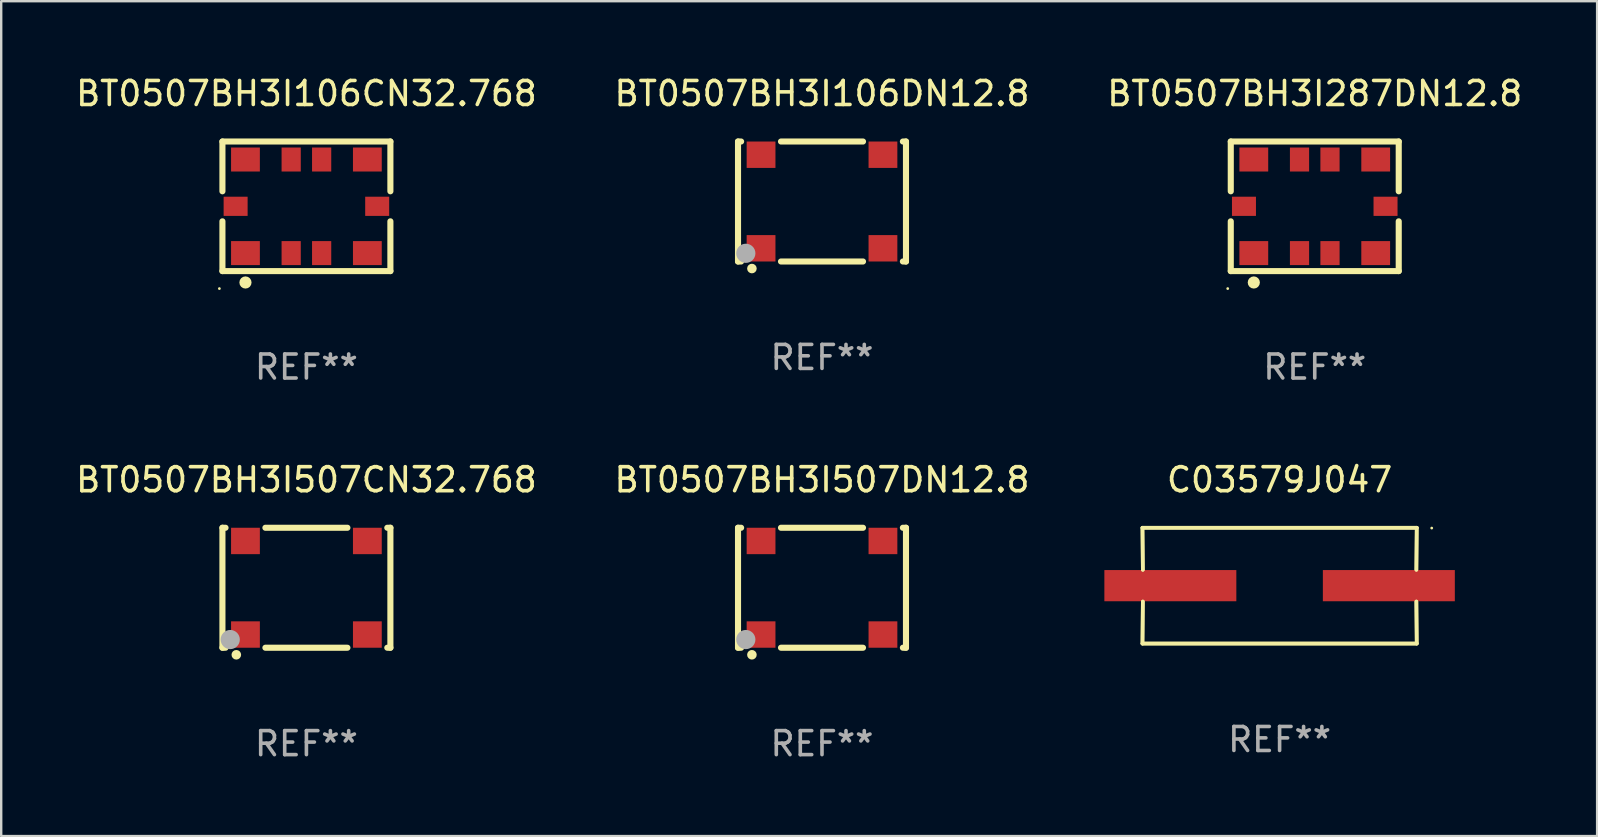
<source format=kicad_pcb>
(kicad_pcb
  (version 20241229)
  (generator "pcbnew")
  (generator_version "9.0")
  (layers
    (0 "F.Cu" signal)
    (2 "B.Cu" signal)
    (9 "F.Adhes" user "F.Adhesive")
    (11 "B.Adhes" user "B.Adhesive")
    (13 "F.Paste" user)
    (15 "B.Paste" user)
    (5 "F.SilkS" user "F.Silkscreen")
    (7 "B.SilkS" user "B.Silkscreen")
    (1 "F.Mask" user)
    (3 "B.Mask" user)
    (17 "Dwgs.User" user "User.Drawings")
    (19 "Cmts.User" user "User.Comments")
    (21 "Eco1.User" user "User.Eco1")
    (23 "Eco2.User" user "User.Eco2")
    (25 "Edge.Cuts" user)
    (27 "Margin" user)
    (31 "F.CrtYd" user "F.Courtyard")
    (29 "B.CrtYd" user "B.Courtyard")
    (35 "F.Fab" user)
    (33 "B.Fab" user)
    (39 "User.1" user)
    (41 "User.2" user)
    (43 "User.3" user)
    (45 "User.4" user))
  (footprint "BT0507BH3I287DN12.8"
    (layer "F.Cu")
    (at 51.744 5.548)
    (property "Reference" "BT0507BH3I287DN12.8" (at 0 -4.7 0) (layer "F.SilkS") (effects (font (size 1 1) (thickness 0.15))))
    (attr through_hole)
    (fp_line (start -3.5 -2.7) (end -3.5 -0.626) (stroke (width 0.254) (type solid)) (layer "F.SilkS"))
    (fp_line (start -3.5 -2.7) (end 3.5 -2.7) (stroke (width 0.254) (type solid)) (layer "F.SilkS"))
    (fp_line (start -3.5 0.626) (end -3.5 2.7) (stroke (width 0.254) (type solid)) (layer "F.SilkS"))
    (fp_line (start -3.5 2.7) (end 3.5 2.7) (stroke (width 0.254) (type solid)) (layer "F.SilkS"))
    (fp_line (start 3.5 -2.7) (end 3.5 -0.626) (stroke (width 0.254) (type solid)) (layer "F.SilkS"))
    (fp_line (start 3.5 0.626) (end 3.5 2.7) (stroke (width 0.254) (type solid)) (layer "F.SilkS"))
    (fp_circle (center -3.627 3.429) (end -3.597 3.429) (stroke (width 0.06) (type solid)) (fill no) (layer "F.SilkS"))
    (fp_circle (center -2.54 3.175) (end -2.413 3.175) (stroke (width 0.254) (type solid)) (fill no) (layer "F.SilkS"))
    (fp_text user "REF**" (at 0 6.7 0) (layer "F.Fab") (effects (font (size 1 1) (thickness 0.15))))
    (pad "1" smd rect (at -2.54 1.95 90) (size 1 1.2) (layers "F.Cu" "F.Mask" "F.Paste"))
    (pad "2" smd rect (at 2.54 1.95 90) (size 1 1.2) (layers "F.Cu" "F.Mask" "F.Paste"))
    (pad "3" smd rect (at 2.54 -1.95 270) (size 1 1.2) (layers "F.Cu" "F.Mask" "F.Paste"))
    (pad "4" smd rect (at -2.54 -1.95 90) (size 1 1.2) (layers "F.Cu" "F.Mask" "F.Paste"))
    (pad "5" smd rect (at -0.635 1.95 270) (size 1 0.8) (layers "F.Cu" "F.Mask" "F.Paste"))
    (pad "6" smd rect (at 0.635 1.95 270) (size 1 0.8) (layers "F.Cu" "F.Mask" "F.Paste"))
    (pad "7" smd rect (at 0.635 -1.95 270) (size 1 0.8) (layers "F.Cu" "F.Mask" "F.Paste"))
    (pad "8" smd rect (at -0.635 -1.95 270) (size 1 0.8) (layers "F.Cu" "F.Mask" "F.Paste"))
    (pad "9" smd rect (at -2.95 0) (size 1 0.8) (layers "F.Cu" "F.Mask" "F.Paste"))
    (pad "10" smd rect (at 2.95 0) (size 1 0.8) (layers "F.Cu" "F.Mask" "F.Paste")))
  (footprint "C03579J047"
    (layer "F.Cu")
    (at 50.279 21.358)
    (property "Reference" "C03579J047" (at 0 -4.413 0) (layer "F.SilkS") (effects (font (size 1 1) (thickness 0.15))))
    (attr through_hole)
    (fp_line (start -5.715 -2.413) (end -5.7 -0.662) (stroke (width 0.152) (type solid)) (layer "F.SilkS"))
    (fp_line (start -5.715 -2.413) (end -5.7 -0.662) (stroke (width 0.152) (type solid)) (layer "F.SilkS"))
    (fp_line (start -5.715 2.413) (end 5.715 2.413) (stroke (width 0.152) (type solid)) (layer "F.SilkS"))
    (fp_line (start -5.715 2.413) (end 5.715 2.413) (stroke (width 0.152) (type solid)) (layer "F.SilkS"))
    (fp_line (start -5.7 0.662) (end -5.715 2.413) (stroke (width 0.152) (type solid)) (layer "F.SilkS"))
    (fp_line (start -5.7 0.662) (end -5.715 2.413) (stroke (width 0.152) (type solid)) (layer "F.SilkS"))
    (fp_line (start 5.7 -0.662) (end 5.715 -2.413) (stroke (width 0.152) (type solid)) (layer "F.SilkS"))
    (fp_line (start 5.7 -0.662) (end 5.715 -2.413) (stroke (width 0.152) (type solid)) (layer "F.SilkS"))
    (fp_line (start 5.715 -2.413) (end -5.715 -2.413) (stroke (width 0.152) (type solid)) (layer "F.SilkS"))
    (fp_line (start 5.715 -2.413) (end -5.715 -2.413) (stroke (width 0.152) (type solid)) (layer "F.SilkS"))
    (fp_line (start 5.715 2.413) (end 5.7 0.662) (stroke (width 0.152) (type solid)) (layer "F.SilkS"))
    (fp_line (start 5.715 2.413) (end 5.7 0.662) (stroke (width 0.152) (type solid)) (layer "F.SilkS"))
    (fp_circle (center 6.34 -2.4) (end 6.37 -2.4) (stroke (width 0.06) (type solid)) (fill no) (layer "F.SilkS"))
    (fp_text user "REF**" (at 0 6.413 0) (layer "F.Fab") (effects (font (size 1 1) (thickness 0.15))))
    (pad "1" smd rect (at 4.553 0) (size 5.5 1.3) (layers "F.Cu" "F.Mask" "F.Paste"))
    (pad "2" smd rect (at -4.553 0) (size 5.5 1.3) (layers "F.Cu" "F.Mask" "F.Paste")))
  (footprint "BT0507BH3I106DN12.8"
    (layer "F.Cu")
    (at 31.208 5.348)
    (property "Reference" "BT0507BH3I106DN12.8" (at 0 -4.5 0) (layer "F.SilkS") (effects (font (size 1 1) (thickness 0.15))))
    (attr through_hole)
    (fp_line (start -3.5 -2.5) (end -3.5 2.5) (stroke (width 0.254) (type solid)) (layer "F.SilkS"))
    (fp_line (start -3.5 -2.5) (end -3.371 -2.5) (stroke (width 0.254) (type solid)) (layer "F.SilkS"))
    (fp_line (start -3.5 2.5) (end -3.371 2.5) (stroke (width 0.254) (type solid)) (layer "F.SilkS"))
    (fp_line (start -1.709 -2.5) (end 1.709 -2.5) (stroke (width 0.254) (type solid)) (layer "F.SilkS"))
    (fp_line (start -1.709 2.5) (end 1.709 2.5) (stroke (width 0.254) (type solid)) (layer "F.SilkS"))
    (fp_line (start 3.371 -2.5) (end 3.5 -2.5) (stroke (width 0.254) (type solid)) (layer "F.SilkS"))
    (fp_line (start 3.371 2.5) (end 3.5 2.5) (stroke (width 0.254) (type solid)) (layer "F.SilkS"))
    (fp_line (start 3.5 -2.5) (end 3.5 2.5) (stroke (width 0.254) (type solid)) (layer "F.SilkS"))
    (fp_circle (center -3.5 2.5) (end -3.47 2.5) (stroke (width 0.06) (type solid)) (fill no) (layer "F.SilkS"))
    (fp_circle (center -2.921 2.794) (end -2.821 2.794) (stroke (width 0.2) (type solid)) (fill no) (layer "F.SilkS"))
    (fp_circle (center -3.175 2.159) (end -2.975 2.159) (stroke (width 0.4) (type solid)) (fill no) (layer "F.Fab"))
    (fp_text user "REF**" (at 0 6.5 0) (layer "F.Fab") (effects (font (size 1 1) (thickness 0.15))))
    (pad "1" smd rect (at -2.54 1.95) (size 1.2 1.1) (layers "F.Cu" "F.Mask" "F.Paste"))
    (pad "2" smd rect (at 2.54 1.95) (size 1.2 1.1) (layers "F.Cu" "F.Mask" "F.Paste"))
    (pad "3" smd rect (at 2.54 -1.95) (size 1.2 1.1) (layers "F.Cu" "F.Mask" "F.Paste"))
    (pad "4" smd rect (at -2.54 -1.95) (size 1.2 1.1) (layers "F.Cu" "F.Mask" "F.Paste")))
  (footprint "BT0507BH3I106CN32.768"
    (layer "F.Cu")
    (at 9.72 5.548)
    (property "Reference" "BT0507BH3I106CN32.768" (at 0 -4.7 0) (layer "F.SilkS") (effects (font (size 1 1) (thickness 0.15))))
    (attr through_hole)
    (fp_line (start -3.5 -2.7) (end -3.5 -0.626) (stroke (width 0.254) (type solid)) (layer "F.SilkS"))
    (fp_line (start -3.5 -2.7) (end 3.5 -2.7) (stroke (width 0.254) (type solid)) (layer "F.SilkS"))
    (fp_line (start -3.5 0.626) (end -3.5 2.7) (stroke (width 0.254) (type solid)) (layer "F.SilkS"))
    (fp_line (start -3.5 2.7) (end 3.5 2.7) (stroke (width 0.254) (type solid)) (layer "F.SilkS"))
    (fp_line (start 3.5 -2.7) (end 3.5 -0.626) (stroke (width 0.254) (type solid)) (layer "F.SilkS"))
    (fp_line (start 3.5 0.626) (end 3.5 2.7) (stroke (width 0.254) (type solid)) (layer "F.SilkS"))
    (fp_circle (center -3.627 3.429) (end -3.597 3.429) (stroke (width 0.06) (type solid)) (fill no) (layer "F.SilkS"))
    (fp_circle (center -2.54 3.175) (end -2.413 3.175) (stroke (width 0.254) (type solid)) (fill no) (layer "F.SilkS"))
    (fp_text user "REF**" (at 0 6.7 0) (layer "F.Fab") (effects (font (size 1 1) (thickness 0.15))))
    (pad "1" smd rect (at -2.54 1.95 90) (size 1 1.2) (layers "F.Cu" "F.Mask" "F.Paste"))
    (pad "2" smd rect (at 2.54 1.95 90) (size 1 1.2) (layers "F.Cu" "F.Mask" "F.Paste"))
    (pad "3" smd rect (at 2.54 -1.95 270) (size 1 1.2) (layers "F.Cu" "F.Mask" "F.Paste"))
    (pad "4" smd rect (at -2.54 -1.95 90) (size 1 1.2) (layers "F.Cu" "F.Mask" "F.Paste"))
    (pad "5" smd rect (at -0.635 1.95 270) (size 1 0.8) (layers "F.Cu" "F.Mask" "F.Paste"))
    (pad "6" smd rect (at 0.635 1.95 270) (size 1 0.8) (layers "F.Cu" "F.Mask" "F.Paste"))
    (pad "7" smd rect (at 0.635 -1.95 270) (size 1 0.8) (layers "F.Cu" "F.Mask" "F.Paste"))
    (pad "8" smd rect (at -0.635 -1.95 270) (size 1 0.8) (layers "F.Cu" "F.Mask" "F.Paste"))
    (pad "9" smd rect (at -2.95 0) (size 1 0.8) (layers "F.Cu" "F.Mask" "F.Paste"))
    (pad "10" smd rect (at 2.95 0) (size 1 0.8) (layers "F.Cu" "F.Mask" "F.Paste")))
  (footprint "BT0507BH3I507CN32.768"
    (layer "F.Cu")
    (at 9.72 21.445)
    (property "Reference" "BT0507BH3I507CN32.768" (at 0 -4.5 0) (layer "F.SilkS") (effects (font (size 1 1) (thickness 0.15))))
    (attr through_hole)
    (fp_line (start -3.5 -2.5) (end -3.5 2.5) (stroke (width 0.254) (type solid)) (layer "F.SilkS"))
    (fp_line (start -3.5 -2.5) (end -3.371 -2.5) (stroke (width 0.254) (type solid)) (layer "F.SilkS"))
    (fp_line (start -3.5 2.5) (end -3.371 2.5) (stroke (width 0.254) (type solid)) (layer "F.SilkS"))
    (fp_line (start -1.709 -2.5) (end 1.709 -2.5) (stroke (width 0.254) (type solid)) (layer "F.SilkS"))
    (fp_line (start -1.709 2.5) (end 1.709 2.5) (stroke (width 0.254) (type solid)) (layer "F.SilkS"))
    (fp_line (start 3.371 -2.5) (end 3.5 -2.5) (stroke (width 0.254) (type solid)) (layer "F.SilkS"))
    (fp_line (start 3.371 2.5) (end 3.5 2.5) (stroke (width 0.254) (type solid)) (layer "F.SilkS"))
    (fp_line (start 3.5 -2.5) (end 3.5 2.5) (stroke (width 0.254) (type solid)) (layer "F.SilkS"))
    (fp_circle (center -3.5 2.5) (end -3.47 2.5) (stroke (width 0.06) (type solid)) (fill no) (layer "F.SilkS"))
    (fp_circle (center -2.921 2.794) (end -2.821 2.794) (stroke (width 0.2) (type solid)) (fill no) (layer "F.SilkS"))
    (fp_circle (center -3.175 2.159) (end -2.975 2.159) (stroke (width 0.4) (type solid)) (fill no) (layer "F.Fab"))
    (fp_text user "REF**" (at 0 6.5 0) (layer "F.Fab") (effects (font (size 1 1) (thickness 0.15))))
    (pad "1" smd rect (at -2.54 1.95) (size 1.2 1.1) (layers "F.Cu" "F.Mask" "F.Paste"))
    (pad "2" smd rect (at 2.54 1.95) (size 1.2 1.1) (layers "F.Cu" "F.Mask" "F.Paste"))
    (pad "3" smd rect (at 2.54 -1.95) (size 1.2 1.1) (layers "F.Cu" "F.Mask" "F.Paste"))
    (pad "4" smd rect (at -2.54 -1.95) (size 1.2 1.1) (layers "F.Cu" "F.Mask" "F.Paste")))
  (footprint "BT0507BH3I507DN12.8"
    (layer "F.Cu")
    (at 31.208 21.445)
    (property "Reference" "BT0507BH3I507DN12.8" (at 0 -4.5 0) (layer "F.SilkS") (effects (font (size 1 1) (thickness 0.15))))
    (attr through_hole)
    (fp_line (start -3.5 -2.5) (end -3.5 2.5) (stroke (width 0.254) (type solid)) (layer "F.SilkS"))
    (fp_line (start -3.5 -2.5) (end -3.371 -2.5) (stroke (width 0.254) (type solid)) (layer "F.SilkS"))
    (fp_line (start -3.5 2.5) (end -3.371 2.5) (stroke (width 0.254) (type solid)) (layer "F.SilkS"))
    (fp_line (start -1.709 -2.5) (end 1.709 -2.5) (stroke (width 0.254) (type solid)) (layer "F.SilkS"))
    (fp_line (start -1.709 2.5) (end 1.709 2.5) (stroke (width 0.254) (type solid)) (layer "F.SilkS"))
    (fp_line (start 3.371 -2.5) (end 3.5 -2.5) (stroke (width 0.254) (type solid)) (layer "F.SilkS"))
    (fp_line (start 3.371 2.5) (end 3.5 2.5) (stroke (width 0.254) (type solid)) (layer "F.SilkS"))
    (fp_line (start 3.5 -2.5) (end 3.5 2.5) (stroke (width 0.254) (type solid)) (layer "F.SilkS"))
    (fp_circle (center -3.5 2.5) (end -3.47 2.5) (stroke (width 0.06) (type solid)) (fill no) (layer "F.SilkS"))
    (fp_circle (center -2.921 2.794) (end -2.821 2.794) (stroke (width 0.2) (type solid)) (fill no) (layer "F.SilkS"))
    (fp_circle (center -3.175 2.159) (end -2.975 2.159) (stroke (width 0.4) (type solid)) (fill no) (layer "F.Fab"))
    (fp_text user "REF**" (at 0 6.5 0) (layer "F.Fab") (effects (font (size 1 1) (thickness 0.15))))
    (pad "1" smd rect (at -2.54 1.95) (size 1.2 1.1) (layers "F.Cu" "F.Mask" "F.Paste"))
    (pad "2" smd rect (at 2.54 1.95) (size 1.2 1.1) (layers "F.Cu" "F.Mask" "F.Paste"))
    (pad "3" smd rect (at 2.54 -1.95) (size 1.2 1.1) (layers "F.Cu" "F.Mask" "F.Paste"))
    (pad "4" smd rect (at -2.54 -1.95) (size 1.2 1.1) (layers "F.Cu" "F.Mask" "F.Paste")))
  (gr_rect
    (start -3 -3)
    (end 63.512 31.793)
    (stroke (width 0.1) (type default))
    (fill no)
    (layer "Edge.Cuts")))
</source>
